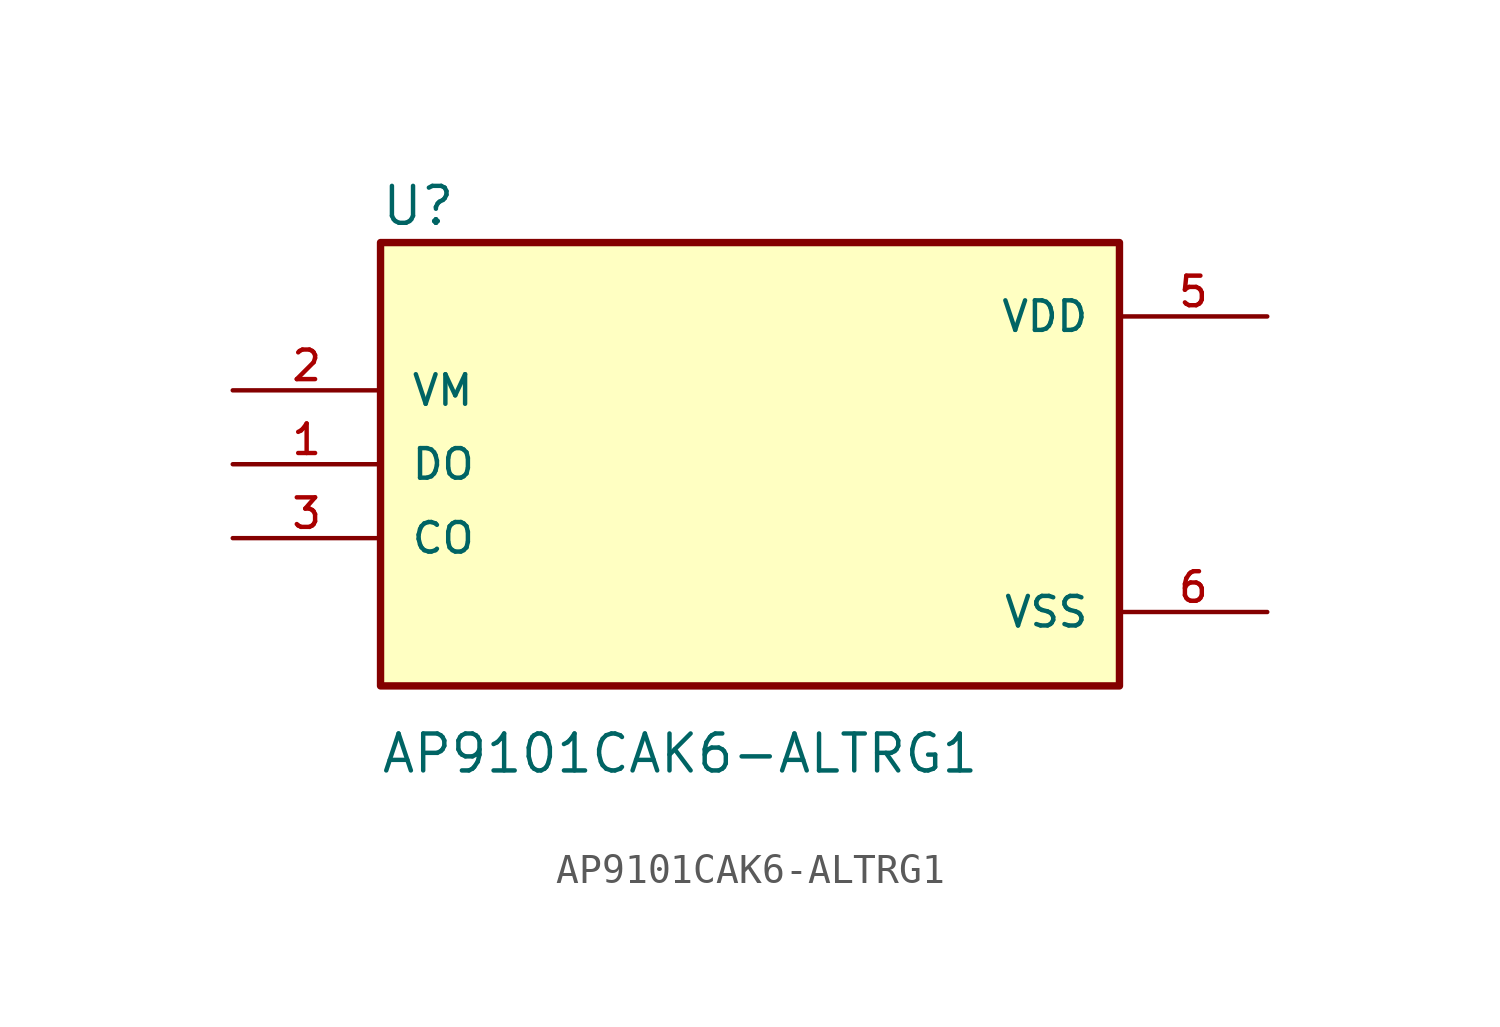
<source format=kicad_sym>
(kicad_symbol_lib
  (version 20211014)
  (generator kicad_symbol_editor)
  (symbol "AP9101CAK6-ALTRG1"
    (pin_names
      (offset 1.016))
    (property "Reference" "U"
      (at -12.711 8.135 0)
      (effects (font (size 1.27 1.27)) (justify bottom left)))
    (property "Value" "AP9101CAK6-ALTRG1"
      (at -12.725 -10.689 0)
      (effects (font (size 1.27 1.27)) (justify bottom left)))
    (symbol "AP9101CAK6-ALTRG1_0_0"
      (rectangle (start -12.7 -7.62) (end 12.7 7.62) (stroke (width 0.254)) (fill (type background)))
      (pin input line (at -17.78 2.54 0) (length 5.08) (name "VM" (effects (font (size 1.016 1.016)))) (number "2" (effects (font (size 1.016 1.016)))))
      (pin bidirectional line (at -17.78 0.0 0) (length 5.08) (name "DO" (effects (font (size 1.016 1.016)))) (number "1" (effects (font (size 1.016 1.016)))))
      (pin bidirectional line (at -17.78 -2.54 0) (length 5.08) (name "CO" (effects (font (size 1.016 1.016)))) (number "3" (effects (font (size 1.016 1.016)))))
      (pin power_in line (at 17.78 5.08 180.0) (length 5.08) (name "VDD" (effects (font (size 1.016 1.016)))) (number "5" (effects (font (size 1.016 1.016)))))
      (pin power_in line (at 17.78 -5.08 180.0) (length 5.08) (name "VSS" (effects (font (size 1.016 1.016)))) (number "6" (effects (font (size 1.016 1.016))))))))
</source>
